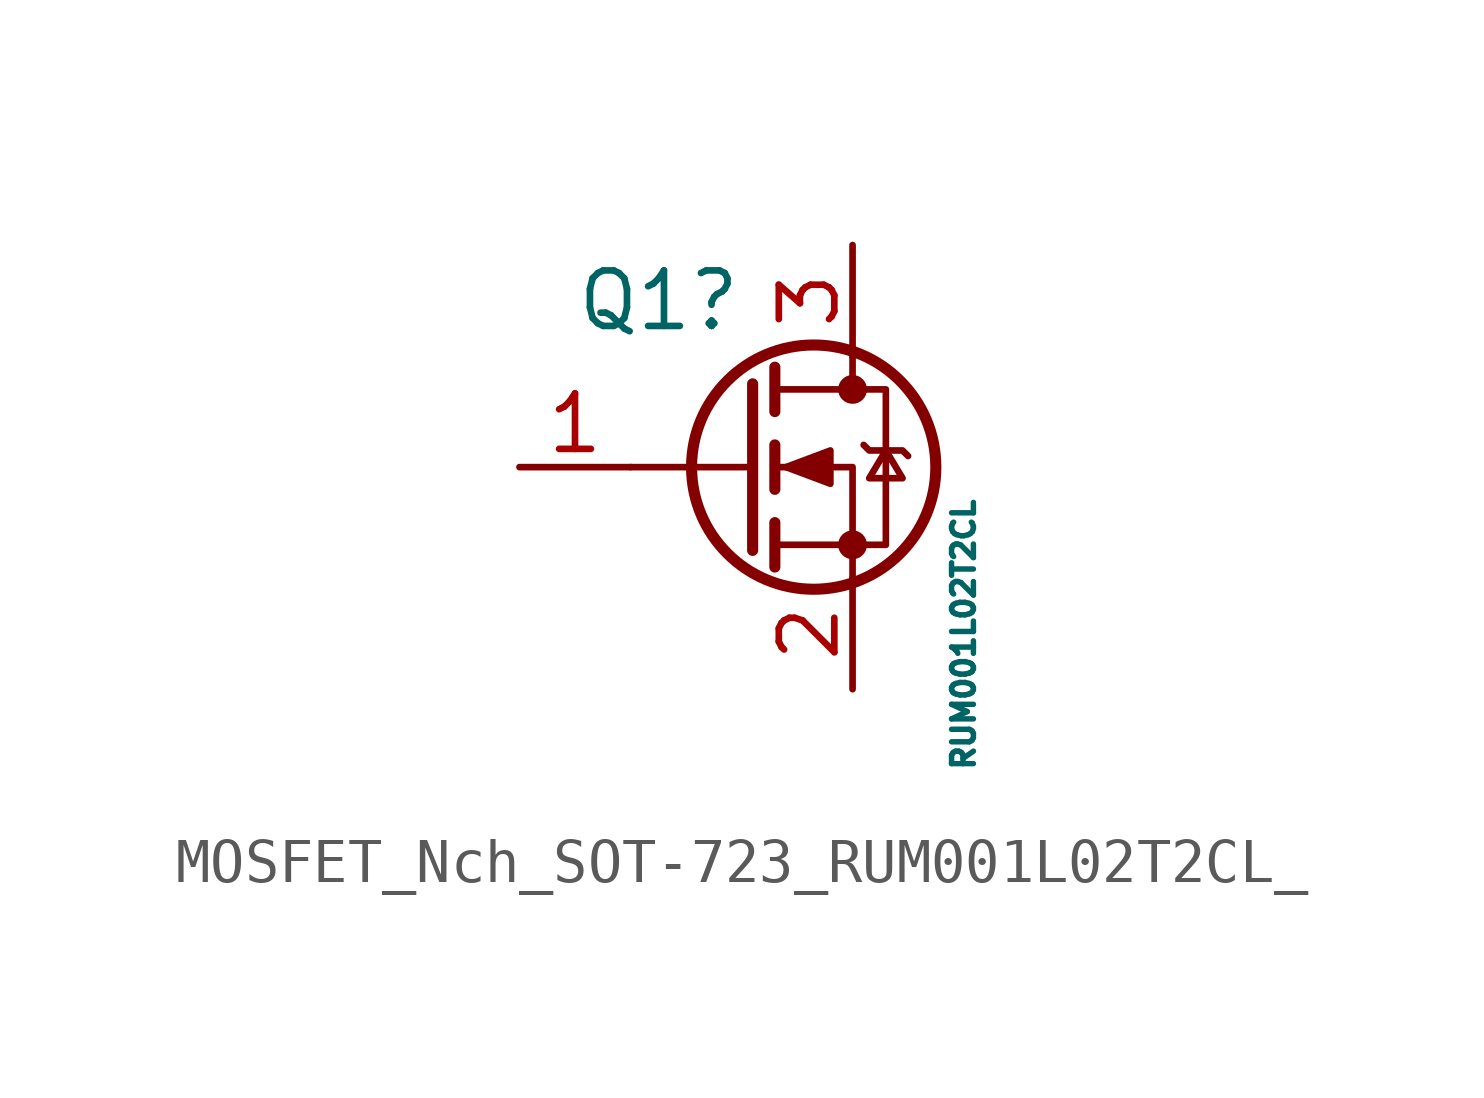
<source format=kicad_sym>
(kicad_symbol_lib
  (version 20220914)
  (generator kicad_symbol_editor)
  (symbol "MOSFET_Nch_SOT-723_RUM001L02T2CL_"
    (pin_names hide)
    (property "Reference" "Q1"
      (at -3.81 3.81 0)
      (effects (font (size 1.27 1.27)) (justify left)))
    (property "Value" "RUM001L02T2CL"
      (at 5.08 -6.985 90)
      (effects (font (size 0.5 0.5)) (justify left)))
    (symbol "MOSFET_Nch_SOT-723_RUM001L02T2CL__0_1"
      (polyline (pts (xy 0.254 0) (xy -2.54 0)) (stroke (width 0) (type default)) (fill (type none)))
      (polyline (pts (xy 0.254 1.905) (xy 0.254 -1.905)) (stroke (width 0.254) (type default)) (fill (type none)))
      (polyline (pts (xy 0.762 -1.27) (xy 0.762 -2.286)) (stroke (width 0.254) (type default)) (fill (type none)))
      (polyline (pts (xy 0.762 0.508) (xy 0.762 -0.508)) (stroke (width 0.254) (type default)) (fill (type none)))
      (polyline (pts (xy 0.762 2.286) (xy 0.762 1.27)) (stroke (width 0.254) (type default)) (fill (type none)))
      (polyline (pts (xy 2.54 2.54) (xy 2.54 1.778)) (stroke (width 0) (type default)) (fill (type none)))
      (polyline (pts (xy 2.54 -2.54) (xy 2.54 0) (xy 0.762 0)) (stroke (width 0) (type default)) (fill (type none)))
      (polyline (pts (xy 0.762 -1.778) (xy 3.302 -1.778) (xy 3.302 1.778) (xy 0.762 1.778)) (stroke (width 0) (type default)) (fill (type none)))
      (polyline (pts (xy 1.016 0) (xy 2.032 0.381) (xy 2.032 -0.381) (xy 1.016 0)) (stroke (width 0) (type default)) (fill (type outline)))
      (polyline (pts (xy 2.794 0.508) (xy 2.921 0.381) (xy 3.683 0.381) (xy 3.81 0.254)) (stroke (width 0) (type default)) (fill (type none)))
      (polyline (pts (xy 3.302 0.381) (xy 2.921 -0.254) (xy 3.683 -0.254) (xy 3.302 0.381)) (stroke (width 0) (type default)) (fill (type none)))
      (circle (center 1.651 0) (radius 2.794) (stroke (width 0.254) (type default)) (fill (type none)))
      (circle (center 2.54 -1.778) (radius 0.254) (stroke (width 0) (type default)) (fill (type outline)))
      (circle (center 2.54 1.778) (radius 0.254) (stroke (width 0) (type default)) (fill (type outline))))
    (symbol "MOSFET_Nch_SOT-723_RUM001L02T2CL__1_1"
      (pin input line (at -5.08 0 0) (length 2.54) (name "G" (effects (font (size 1.27 1.27)))) (number "1" (effects (font (size 1.27 1.27)))))
      (pin passive line (at 2.54 -5.08 90) (length 2.54) (name "S" (effects (font (size 1.27 1.27)))) (number "2" (effects (font (size 1.27 1.27)))))
      (pin passive line (at 2.54 5.08 270) (length 2.54) (name "D" (effects (font (size 1.27 1.27)))) (number "3" (effects (font (size 1.27 1.27))))))))
</source>
